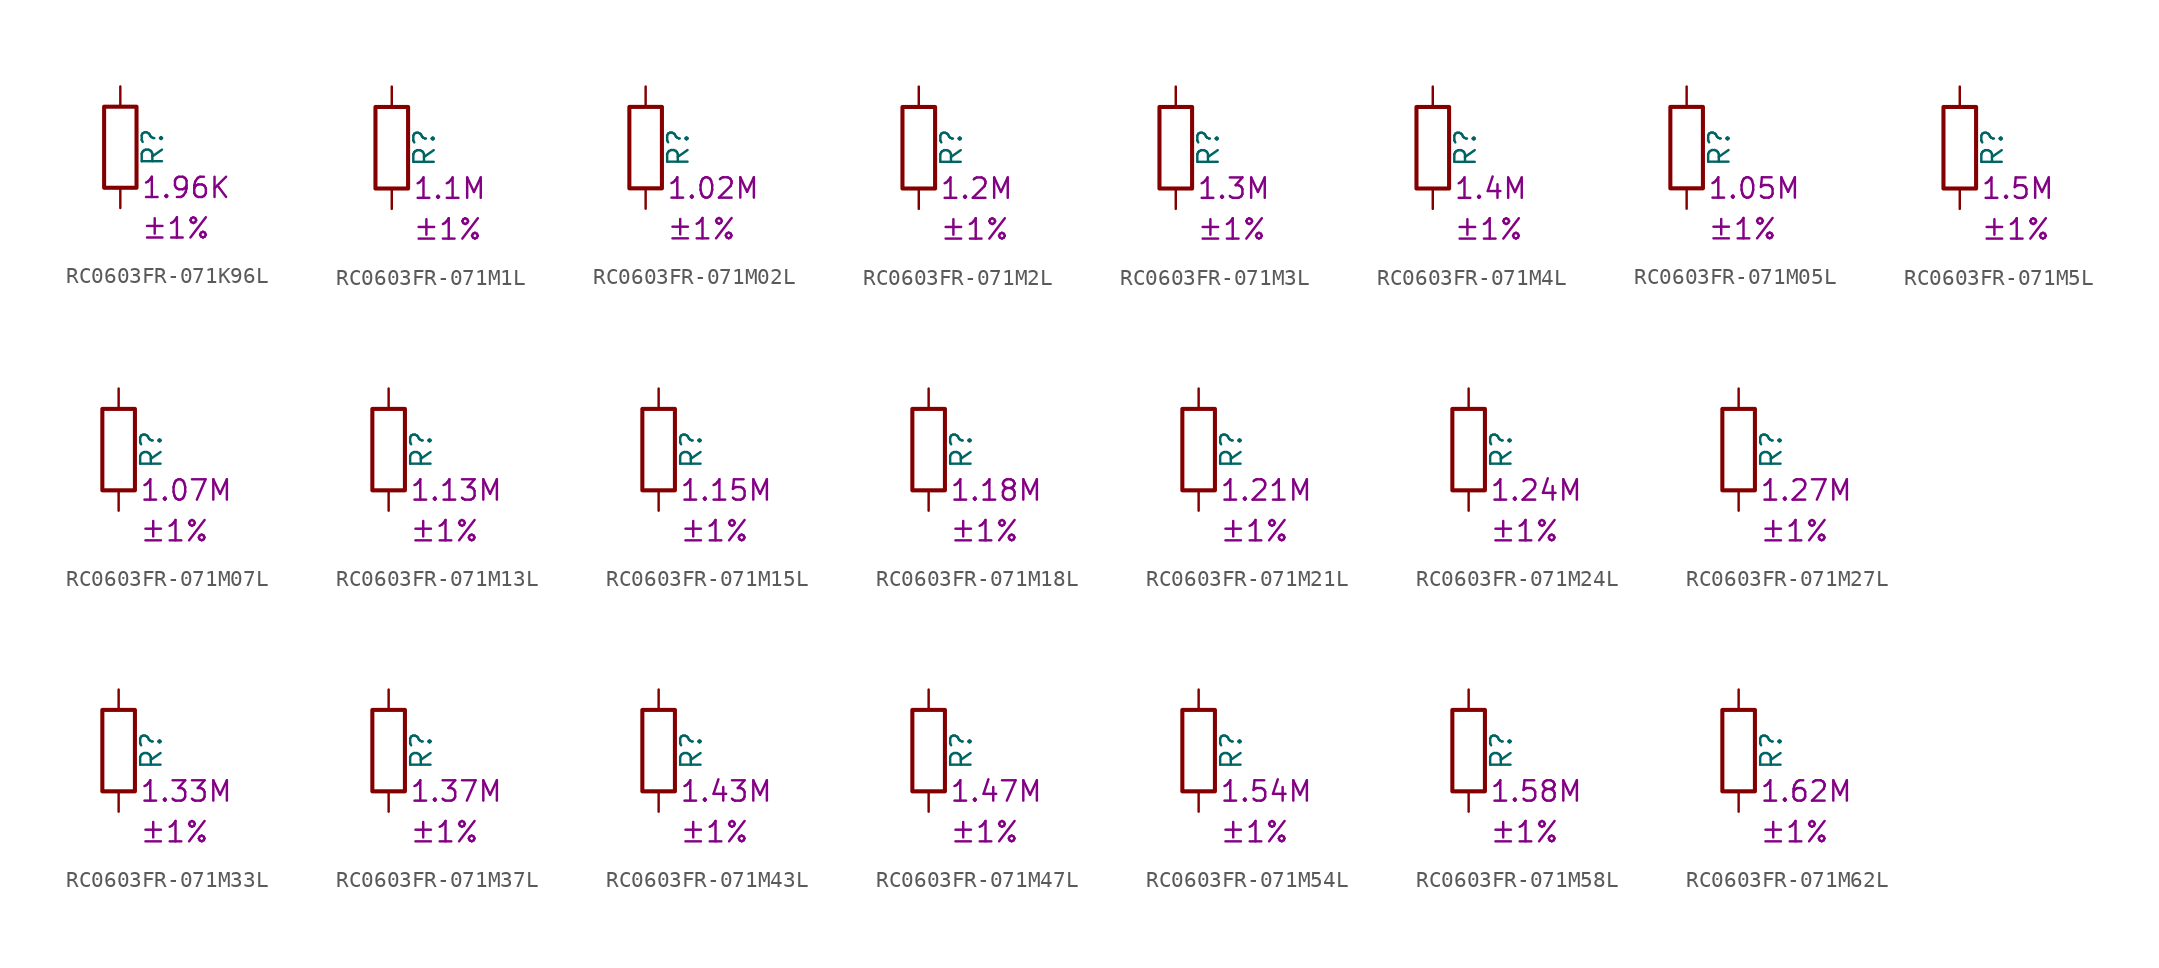
<source format=kicad_sym>
(kicad_symbol_lib
  (version 20220914)
  (generator kicad_symbol_editor)
  (symbol "RC0603FR-071K96L"
    (pin_numbers hide)
    (pin_names
      (offset 0))
    (property "Reference" "R"
      (at 2.032 0 90)
      (effects (font (size 1.27 1.27))))
    (property "Resistance" "1.96K"
      (at 1.27 -2.54 0)
      (effects (font (size 1.27 1.27)) (justify left)))
    (property "Tolerance" "±1%"
      (at 1.27 -5.08 0)
      (effects (font (size 1.27 1.27)) (justify left)))
    (symbol "RC0603FR-071K96L_0_1"
      (rectangle (start -1.016 -2.54) (end 1.016 2.54) (stroke (width 0.254) (type default)) (fill (type none))))
    (symbol "RC0603FR-071K96L_1_1"
      (pin passive line (at 0 3.81 270) (length 1.27) (name "~" (effects (font (size 1.27 1.27)))) (number "1" (effects (font (size 1.27 1.27)))))
      (pin passive line (at 0 -3.81 90) (length 1.27) (name "~" (effects (font (size 1.27 1.27)))) (number "2" (effects (font (size 1.27 1.27)))))))
  (symbol "RC0603FR-071M1L"
    (pin_numbers hide)
    (pin_names
      (offset 0))
    (property "Reference" "R"
      (at 2.032 0 90)
      (effects (font (size 1.27 1.27))))
    (property "Resistance" "1.1M"
      (at 1.27 -2.54 0)
      (effects (font (size 1.27 1.27)) (justify left)))
    (property "Tolerance" "±1%"
      (at 1.27 -5.08 0)
      (effects (font (size 1.27 1.27)) (justify left)))
    (symbol "RC0603FR-071M1L_0_1"
      (rectangle (start -1.016 -2.54) (end 1.016 2.54) (stroke (width 0.254) (type default)) (fill (type none))))
    (symbol "RC0603FR-071M1L_1_1"
      (pin passive line (at 0 3.81 270) (length 1.27) (name "~" (effects (font (size 1.27 1.27)))) (number "1" (effects (font (size 1.27 1.27)))))
      (pin passive line (at 0 -3.81 90) (length 1.27) (name "~" (effects (font (size 1.27 1.27)))) (number "2" (effects (font (size 1.27 1.27)))))))
  (symbol "RC0603FR-071M02L"
    (pin_numbers hide)
    (pin_names
      (offset 0))
    (property "Reference" "R"
      (at 2.032 0 90)
      (effects (font (size 1.27 1.27))))
    (property "Resistance" "1.02M"
      (at 1.27 -2.54 0)
      (effects (font (size 1.27 1.27)) (justify left)))
    (property "Tolerance" "±1%"
      (at 1.27 -5.08 0)
      (effects (font (size 1.27 1.27)) (justify left)))
    (symbol "RC0603FR-071M02L_0_1"
      (rectangle (start -1.016 -2.54) (end 1.016 2.54) (stroke (width 0.254) (type default)) (fill (type none))))
    (symbol "RC0603FR-071M02L_1_1"
      (pin passive line (at 0 3.81 270) (length 1.27) (name "~" (effects (font (size 1.27 1.27)))) (number "1" (effects (font (size 1.27 1.27)))))
      (pin passive line (at 0 -3.81 90) (length 1.27) (name "~" (effects (font (size 1.27 1.27)))) (number "2" (effects (font (size 1.27 1.27)))))))
  (symbol "RC0603FR-071M2L"
    (pin_numbers hide)
    (pin_names
      (offset 0))
    (property "Reference" "R"
      (at 2.032 0 90)
      (effects (font (size 1.27 1.27))))
    (property "Resistance" "1.2M"
      (at 1.27 -2.54 0)
      (effects (font (size 1.27 1.27)) (justify left)))
    (property "Tolerance" "±1%"
      (at 1.27 -5.08 0)
      (effects (font (size 1.27 1.27)) (justify left)))
    (symbol "RC0603FR-071M2L_0_1"
      (rectangle (start -1.016 -2.54) (end 1.016 2.54) (stroke (width 0.254) (type default)) (fill (type none))))
    (symbol "RC0603FR-071M2L_1_1"
      (pin passive line (at 0 3.81 270) (length 1.27) (name "~" (effects (font (size 1.27 1.27)))) (number "1" (effects (font (size 1.27 1.27)))))
      (pin passive line (at 0 -3.81 90) (length 1.27) (name "~" (effects (font (size 1.27 1.27)))) (number "2" (effects (font (size 1.27 1.27)))))))
  (symbol "RC0603FR-071M3L"
    (pin_numbers hide)
    (pin_names
      (offset 0))
    (property "Reference" "R"
      (at 2.032 0 90)
      (effects (font (size 1.27 1.27))))
    (property "Resistance" "1.3M"
      (at 1.27 -2.54 0)
      (effects (font (size 1.27 1.27)) (justify left)))
    (property "Tolerance" "±1%"
      (at 1.27 -5.08 0)
      (effects (font (size 1.27 1.27)) (justify left)))
    (symbol "RC0603FR-071M3L_0_1"
      (rectangle (start -1.016 -2.54) (end 1.016 2.54) (stroke (width 0.254) (type default)) (fill (type none))))
    (symbol "RC0603FR-071M3L_1_1"
      (pin passive line (at 0 3.81 270) (length 1.27) (name "~" (effects (font (size 1.27 1.27)))) (number "1" (effects (font (size 1.27 1.27)))))
      (pin passive line (at 0 -3.81 90) (length 1.27) (name "~" (effects (font (size 1.27 1.27)))) (number "2" (effects (font (size 1.27 1.27)))))))
  (symbol "RC0603FR-071M4L"
    (pin_numbers hide)
    (pin_names
      (offset 0))
    (property "Reference" "R"
      (at 2.032 0 90)
      (effects (font (size 1.27 1.27))))
    (property "Resistance" "1.4M"
      (at 1.27 -2.54 0)
      (effects (font (size 1.27 1.27)) (justify left)))
    (property "Tolerance" "±1%"
      (at 1.27 -5.08 0)
      (effects (font (size 1.27 1.27)) (justify left)))
    (symbol "RC0603FR-071M4L_0_1"
      (rectangle (start -1.016 -2.54) (end 1.016 2.54) (stroke (width 0.254) (type default)) (fill (type none))))
    (symbol "RC0603FR-071M4L_1_1"
      (pin passive line (at 0 3.81 270) (length 1.27) (name "~" (effects (font (size 1.27 1.27)))) (number "1" (effects (font (size 1.27 1.27)))))
      (pin passive line (at 0 -3.81 90) (length 1.27) (name "~" (effects (font (size 1.27 1.27)))) (number "2" (effects (font (size 1.27 1.27)))))))
  (symbol "RC0603FR-071M05L"
    (pin_numbers hide)
    (pin_names
      (offset 0))
    (property "Reference" "R"
      (at 2.032 0 90)
      (effects (font (size 1.27 1.27))))
    (property "Resistance" "1.05M"
      (at 1.27 -2.54 0)
      (effects (font (size 1.27 1.27)) (justify left)))
    (property "Tolerance" "±1%"
      (at 1.27 -5.08 0)
      (effects (font (size 1.27 1.27)) (justify left)))
    (symbol "RC0603FR-071M05L_0_1"
      (rectangle (start -1.016 -2.54) (end 1.016 2.54) (stroke (width 0.254) (type default)) (fill (type none))))
    (symbol "RC0603FR-071M05L_1_1"
      (pin passive line (at 0 3.81 270) (length 1.27) (name "~" (effects (font (size 1.27 1.27)))) (number "1" (effects (font (size 1.27 1.27)))))
      (pin passive line (at 0 -3.81 90) (length 1.27) (name "~" (effects (font (size 1.27 1.27)))) (number "2" (effects (font (size 1.27 1.27)))))))
  (symbol "RC0603FR-071M5L"
    (pin_numbers hide)
    (pin_names
      (offset 0))
    (property "Reference" "R"
      (at 2.032 0 90)
      (effects (font (size 1.27 1.27))))
    (property "Resistance" "1.5M"
      (at 1.27 -2.54 0)
      (effects (font (size 1.27 1.27)) (justify left)))
    (property "Tolerance" "±1%"
      (at 1.27 -5.08 0)
      (effects (font (size 1.27 1.27)) (justify left)))
    (symbol "RC0603FR-071M5L_0_1"
      (rectangle (start -1.016 -2.54) (end 1.016 2.54) (stroke (width 0.254) (type default)) (fill (type none))))
    (symbol "RC0603FR-071M5L_1_1"
      (pin passive line (at 0 3.81 270) (length 1.27) (name "~" (effects (font (size 1.27 1.27)))) (number "1" (effects (font (size 1.27 1.27)))))
      (pin passive line (at 0 -3.81 90) (length 1.27) (name "~" (effects (font (size 1.27 1.27)))) (number "2" (effects (font (size 1.27 1.27)))))))
  (symbol "RC0603FR-071M07L"
    (pin_numbers hide)
    (pin_names
      (offset 0))
    (property "Reference" "R"
      (at 2.032 0 90)
      (effects (font (size 1.27 1.27))))
    (property "Resistance" "1.07M"
      (at 1.27 -2.54 0)
      (effects (font (size 1.27 1.27)) (justify left)))
    (property "Tolerance" "±1%"
      (at 1.27 -5.08 0)
      (effects (font (size 1.27 1.27)) (justify left)))
    (symbol "RC0603FR-071M07L_0_1"
      (rectangle (start -1.016 -2.54) (end 1.016 2.54) (stroke (width 0.254) (type default)) (fill (type none))))
    (symbol "RC0603FR-071M07L_1_1"
      (pin passive line (at 0 3.81 270) (length 1.27) (name "~" (effects (font (size 1.27 1.27)))) (number "1" (effects (font (size 1.27 1.27)))))
      (pin passive line (at 0 -3.81 90) (length 1.27) (name "~" (effects (font (size 1.27 1.27)))) (number "2" (effects (font (size 1.27 1.27)))))))
  (symbol "RC0603FR-071M13L"
    (pin_numbers hide)
    (pin_names
      (offset 0))
    (property "Reference" "R"
      (at 2.032 0 90)
      (effects (font (size 1.27 1.27))))
    (property "Resistance" "1.13M"
      (at 1.27 -2.54 0)
      (effects (font (size 1.27 1.27)) (justify left)))
    (property "Tolerance" "±1%"
      (at 1.27 -5.08 0)
      (effects (font (size 1.27 1.27)) (justify left)))
    (symbol "RC0603FR-071M13L_0_1"
      (rectangle (start -1.016 -2.54) (end 1.016 2.54) (stroke (width 0.254) (type default)) (fill (type none))))
    (symbol "RC0603FR-071M13L_1_1"
      (pin passive line (at 0 3.81 270) (length 1.27) (name "~" (effects (font (size 1.27 1.27)))) (number "1" (effects (font (size 1.27 1.27)))))
      (pin passive line (at 0 -3.81 90) (length 1.27) (name "~" (effects (font (size 1.27 1.27)))) (number "2" (effects (font (size 1.27 1.27)))))))
  (symbol "RC0603FR-071M15L"
    (pin_numbers hide)
    (pin_names
      (offset 0))
    (property "Reference" "R"
      (at 2.032 0 90)
      (effects (font (size 1.27 1.27))))
    (property "Resistance" "1.15M"
      (at 1.27 -2.54 0)
      (effects (font (size 1.27 1.27)) (justify left)))
    (property "Tolerance" "±1%"
      (at 1.27 -5.08 0)
      (effects (font (size 1.27 1.27)) (justify left)))
    (symbol "RC0603FR-071M15L_0_1"
      (rectangle (start -1.016 -2.54) (end 1.016 2.54) (stroke (width 0.254) (type default)) (fill (type none))))
    (symbol "RC0603FR-071M15L_1_1"
      (pin passive line (at 0 3.81 270) (length 1.27) (name "~" (effects (font (size 1.27 1.27)))) (number "1" (effects (font (size 1.27 1.27)))))
      (pin passive line (at 0 -3.81 90) (length 1.27) (name "~" (effects (font (size 1.27 1.27)))) (number "2" (effects (font (size 1.27 1.27)))))))
  (symbol "RC0603FR-071M18L"
    (pin_numbers hide)
    (pin_names
      (offset 0))
    (property "Reference" "R"
      (at 2.032 0 90)
      (effects (font (size 1.27 1.27))))
    (property "Resistance" "1.18M"
      (at 1.27 -2.54 0)
      (effects (font (size 1.27 1.27)) (justify left)))
    (property "Tolerance" "±1%"
      (at 1.27 -5.08 0)
      (effects (font (size 1.27 1.27)) (justify left)))
    (symbol "RC0603FR-071M18L_0_1"
      (rectangle (start -1.016 -2.54) (end 1.016 2.54) (stroke (width 0.254) (type default)) (fill (type none))))
    (symbol "RC0603FR-071M18L_1_1"
      (pin passive line (at 0 3.81 270) (length 1.27) (name "~" (effects (font (size 1.27 1.27)))) (number "1" (effects (font (size 1.27 1.27)))))
      (pin passive line (at 0 -3.81 90) (length 1.27) (name "~" (effects (font (size 1.27 1.27)))) (number "2" (effects (font (size 1.27 1.27)))))))
  (symbol "RC0603FR-071M21L"
    (pin_numbers hide)
    (pin_names
      (offset 0))
    (property "Reference" "R"
      (at 2.032 0 90)
      (effects (font (size 1.27 1.27))))
    (property "Resistance" "1.21M"
      (at 1.27 -2.54 0)
      (effects (font (size 1.27 1.27)) (justify left)))
    (property "Tolerance" "±1%"
      (at 1.27 -5.08 0)
      (effects (font (size 1.27 1.27)) (justify left)))
    (symbol "RC0603FR-071M21L_0_1"
      (rectangle (start -1.016 -2.54) (end 1.016 2.54) (stroke (width 0.254) (type default)) (fill (type none))))
    (symbol "RC0603FR-071M21L_1_1"
      (pin passive line (at 0 3.81 270) (length 1.27) (name "~" (effects (font (size 1.27 1.27)))) (number "1" (effects (font (size 1.27 1.27)))))
      (pin passive line (at 0 -3.81 90) (length 1.27) (name "~" (effects (font (size 1.27 1.27)))) (number "2" (effects (font (size 1.27 1.27)))))))
  (symbol "RC0603FR-071M24L"
    (pin_numbers hide)
    (pin_names
      (offset 0))
    (property "Reference" "R"
      (at 2.032 0 90)
      (effects (font (size 1.27 1.27))))
    (property "Resistance" "1.24M"
      (at 1.27 -2.54 0)
      (effects (font (size 1.27 1.27)) (justify left)))
    (property "Tolerance" "±1%"
      (at 1.27 -5.08 0)
      (effects (font (size 1.27 1.27)) (justify left)))
    (symbol "RC0603FR-071M24L_0_1"
      (rectangle (start -1.016 -2.54) (end 1.016 2.54) (stroke (width 0.254) (type default)) (fill (type none))))
    (symbol "RC0603FR-071M24L_1_1"
      (pin passive line (at 0 3.81 270) (length 1.27) (name "~" (effects (font (size 1.27 1.27)))) (number "1" (effects (font (size 1.27 1.27)))))
      (pin passive line (at 0 -3.81 90) (length 1.27) (name "~" (effects (font (size 1.27 1.27)))) (number "2" (effects (font (size 1.27 1.27)))))))
  (symbol "RC0603FR-071M27L"
    (pin_numbers hide)
    (pin_names
      (offset 0))
    (property "Reference" "R"
      (at 2.032 0 90)
      (effects (font (size 1.27 1.27))))
    (property "Resistance" "1.27M"
      (at 1.27 -2.54 0)
      (effects (font (size 1.27 1.27)) (justify left)))
    (property "Tolerance" "±1%"
      (at 1.27 -5.08 0)
      (effects (font (size 1.27 1.27)) (justify left)))
    (symbol "RC0603FR-071M27L_0_1"
      (rectangle (start -1.016 -2.54) (end 1.016 2.54) (stroke (width 0.254) (type default)) (fill (type none))))
    (symbol "RC0603FR-071M27L_1_1"
      (pin passive line (at 0 3.81 270) (length 1.27) (name "~" (effects (font (size 1.27 1.27)))) (number "1" (effects (font (size 1.27 1.27)))))
      (pin passive line (at 0 -3.81 90) (length 1.27) (name "~" (effects (font (size 1.27 1.27)))) (number "2" (effects (font (size 1.27 1.27)))))))
  (symbol "RC0603FR-071M33L"
    (pin_numbers hide)
    (pin_names
      (offset 0))
    (property "Reference" "R"
      (at 2.032 0 90)
      (effects (font (size 1.27 1.27))))
    (property "Resistance" "1.33M"
      (at 1.27 -2.54 0)
      (effects (font (size 1.27 1.27)) (justify left)))
    (property "Tolerance" "±1%"
      (at 1.27 -5.08 0)
      (effects (font (size 1.27 1.27)) (justify left)))
    (symbol "RC0603FR-071M33L_0_1"
      (rectangle (start -1.016 -2.54) (end 1.016 2.54) (stroke (width 0.254) (type default)) (fill (type none))))
    (symbol "RC0603FR-071M33L_1_1"
      (pin passive line (at 0 3.81 270) (length 1.27) (name "~" (effects (font (size 1.27 1.27)))) (number "1" (effects (font (size 1.27 1.27)))))
      (pin passive line (at 0 -3.81 90) (length 1.27) (name "~" (effects (font (size 1.27 1.27)))) (number "2" (effects (font (size 1.27 1.27)))))))
  (symbol "RC0603FR-071M37L"
    (pin_numbers hide)
    (pin_names
      (offset 0))
    (property "Reference" "R"
      (at 2.032 0 90)
      (effects (font (size 1.27 1.27))))
    (property "Resistance" "1.37M"
      (at 1.27 -2.54 0)
      (effects (font (size 1.27 1.27)) (justify left)))
    (property "Tolerance" "±1%"
      (at 1.27 -5.08 0)
      (effects (font (size 1.27 1.27)) (justify left)))
    (symbol "RC0603FR-071M37L_0_1"
      (rectangle (start -1.016 -2.54) (end 1.016 2.54) (stroke (width 0.254) (type default)) (fill (type none))))
    (symbol "RC0603FR-071M37L_1_1"
      (pin passive line (at 0 3.81 270) (length 1.27) (name "~" (effects (font (size 1.27 1.27)))) (number "1" (effects (font (size 1.27 1.27)))))
      (pin passive line (at 0 -3.81 90) (length 1.27) (name "~" (effects (font (size 1.27 1.27)))) (number "2" (effects (font (size 1.27 1.27)))))))
  (symbol "RC0603FR-071M43L"
    (pin_numbers hide)
    (pin_names
      (offset 0))
    (property "Reference" "R"
      (at 2.032 0 90)
      (effects (font (size 1.27 1.27))))
    (property "Resistance" "1.43M"
      (at 1.27 -2.54 0)
      (effects (font (size 1.27 1.27)) (justify left)))
    (property "Tolerance" "±1%"
      (at 1.27 -5.08 0)
      (effects (font (size 1.27 1.27)) (justify left)))
    (symbol "RC0603FR-071M43L_0_1"
      (rectangle (start -1.016 -2.54) (end 1.016 2.54) (stroke (width 0.254) (type default)) (fill (type none))))
    (symbol "RC0603FR-071M43L_1_1"
      (pin passive line (at 0 3.81 270) (length 1.27) (name "~" (effects (font (size 1.27 1.27)))) (number "1" (effects (font (size 1.27 1.27)))))
      (pin passive line (at 0 -3.81 90) (length 1.27) (name "~" (effects (font (size 1.27 1.27)))) (number "2" (effects (font (size 1.27 1.27)))))))
  (symbol "RC0603FR-071M47L"
    (pin_numbers hide)
    (pin_names
      (offset 0))
    (property "Reference" "R"
      (at 2.032 0 90)
      (effects (font (size 1.27 1.27))))
    (property "Resistance" "1.47M"
      (at 1.27 -2.54 0)
      (effects (font (size 1.27 1.27)) (justify left)))
    (property "Tolerance" "±1%"
      (at 1.27 -5.08 0)
      (effects (font (size 1.27 1.27)) (justify left)))
    (symbol "RC0603FR-071M47L_0_1"
      (rectangle (start -1.016 -2.54) (end 1.016 2.54) (stroke (width 0.254) (type default)) (fill (type none))))
    (symbol "RC0603FR-071M47L_1_1"
      (pin passive line (at 0 3.81 270) (length 1.27) (name "~" (effects (font (size 1.27 1.27)))) (number "1" (effects (font (size 1.27 1.27)))))
      (pin passive line (at 0 -3.81 90) (length 1.27) (name "~" (effects (font (size 1.27 1.27)))) (number "2" (effects (font (size 1.27 1.27)))))))
  (symbol "RC0603FR-071M54L"
    (pin_numbers hide)
    (pin_names
      (offset 0))
    (property "Reference" "R"
      (at 2.032 0 90)
      (effects (font (size 1.27 1.27))))
    (property "Resistance" "1.54M"
      (at 1.27 -2.54 0)
      (effects (font (size 1.27 1.27)) (justify left)))
    (property "Tolerance" "±1%"
      (at 1.27 -5.08 0)
      (effects (font (size 1.27 1.27)) (justify left)))
    (symbol "RC0603FR-071M54L_0_1"
      (rectangle (start -1.016 -2.54) (end 1.016 2.54) (stroke (width 0.254) (type default)) (fill (type none))))
    (symbol "RC0603FR-071M54L_1_1"
      (pin passive line (at 0 3.81 270) (length 1.27) (name "~" (effects (font (size 1.27 1.27)))) (number "1" (effects (font (size 1.27 1.27)))))
      (pin passive line (at 0 -3.81 90) (length 1.27) (name "~" (effects (font (size 1.27 1.27)))) (number "2" (effects (font (size 1.27 1.27)))))))
  (symbol "RC0603FR-071M58L"
    (pin_numbers hide)
    (pin_names
      (offset 0))
    (property "Reference" "R"
      (at 2.032 0 90)
      (effects (font (size 1.27 1.27))))
    (property "Resistance" "1.58M"
      (at 1.27 -2.54 0)
      (effects (font (size 1.27 1.27)) (justify left)))
    (property "Tolerance" "±1%"
      (at 1.27 -5.08 0)
      (effects (font (size 1.27 1.27)) (justify left)))
    (symbol "RC0603FR-071M58L_0_1"
      (rectangle (start -1.016 -2.54) (end 1.016 2.54) (stroke (width 0.254) (type default)) (fill (type none))))
    (symbol "RC0603FR-071M58L_1_1"
      (pin passive line (at 0 3.81 270) (length 1.27) (name "~" (effects (font (size 1.27 1.27)))) (number "1" (effects (font (size 1.27 1.27)))))
      (pin passive line (at 0 -3.81 90) (length 1.27) (name "~" (effects (font (size 1.27 1.27)))) (number "2" (effects (font (size 1.27 1.27)))))))
  (symbol "RC0603FR-071M62L"
    (pin_numbers hide)
    (pin_names
      (offset 0))
    (property "Reference" "R"
      (at 2.032 0 90)
      (effects (font (size 1.27 1.27))))
    (property "Resistance" "1.62M"
      (at 1.27 -2.54 0)
      (effects (font (size 1.27 1.27)) (justify left)))
    (property "Tolerance" "±1%"
      (at 1.27 -5.08 0)
      (effects (font (size 1.27 1.27)) (justify left)))
    (symbol "RC0603FR-071M62L_0_1"
      (rectangle (start -1.016 -2.54) (end 1.016 2.54) (stroke (width 0.254) (type default)) (fill (type none))))
    (symbol "RC0603FR-071M62L_1_1"
      (pin passive line (at 0 3.81 270) (length 1.27) (name "~" (effects (font (size 1.27 1.27)))) (number "1" (effects (font (size 1.27 1.27)))))
      (pin passive line (at 0 -3.81 90) (length 1.27) (name "~" (effects (font (size 1.27 1.27)))) (number "2" (effects (font (size 1.27 1.27))))))))
</source>
